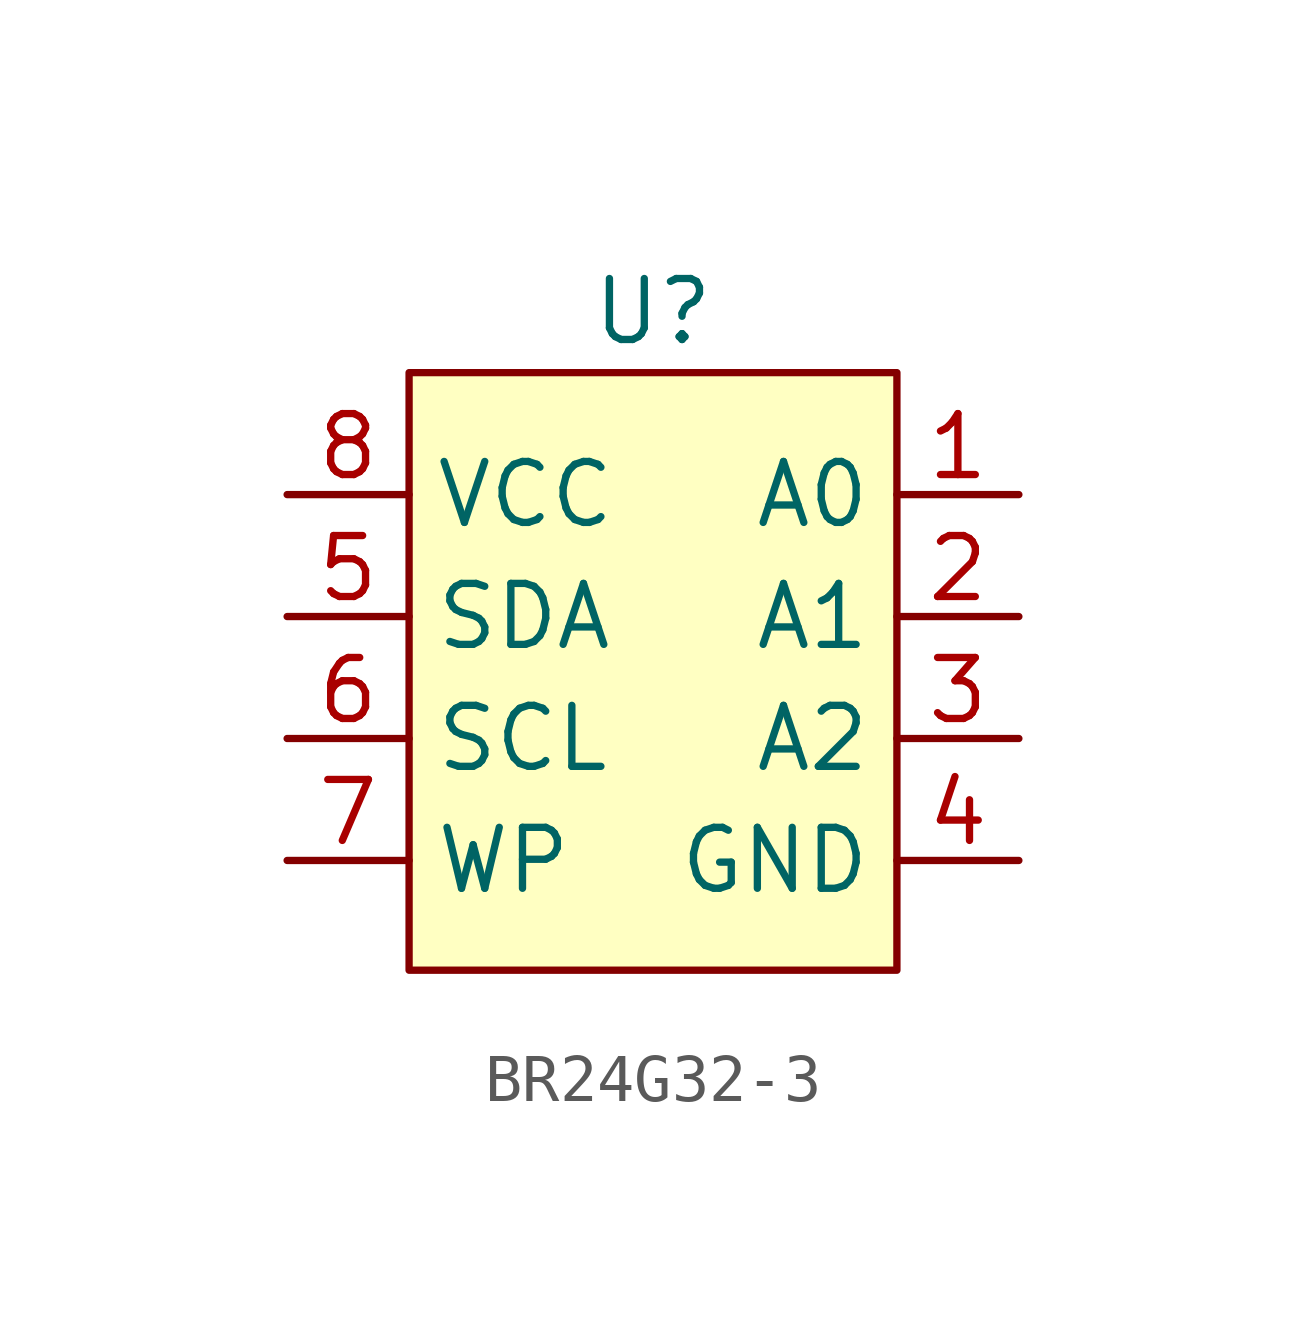
<source format=kicad_sym>
(kicad_symbol_lib
  (version 20241209)
  (generator "kicad_symbol_editor")
  (generator_version "9.0")
  (symbol "BR24G32-3"
    (property "Reference" "U"
      (at 0 7.62 0)
      (effects (font (size 1.27 1.27))))
    (property "Value" ""
      (at 0 1.27 0)
      (effects (font (size 1.27 1.27))))
    (symbol "BR24G32-3_1_1"
      (rectangle (start -5.08 6.35) (end 5.08 -6.096) (stroke (width 0) (type solid)) (fill (type background)))
      (pin power_in line (at -7.62 3.81 0) (length 2.54) (name "VCC" (effects (font (size 1.27 1.27)))) (number "8" (effects (font (size 1.27 1.27)))))
      (pin bidirectional line (at -7.62 1.27 0) (length 2.54) (name "SDA" (effects (font (size 1.27 1.27)))) (number "5" (effects (font (size 1.27 1.27)))))
      (pin input line (at -7.62 -1.27 0) (length 2.54) (name "SCL" (effects (font (size 1.27 1.27)))) (number "6" (effects (font (size 1.27 1.27)))))
      (pin input line (at -7.62 -3.81 0) (length 2.54) (name "WP" (effects (font (size 1.27 1.27)))) (number "7" (effects (font (size 1.27 1.27)))))
      (pin input line (at 7.62 3.81 180) (length 2.54) (name "A0" (effects (font (size 1.27 1.27)))) (number "1" (effects (font (size 1.27 1.27)))))
      (pin input line (at 7.62 1.27 180) (length 2.54) (name "A1" (effects (font (size 1.27 1.27)))) (number "2" (effects (font (size 1.27 1.27)))))
      (pin input line (at 7.62 -1.27 180) (length 2.54) (name "A2" (effects (font (size 1.27 1.27)))) (number "3" (effects (font (size 1.27 1.27)))))
      (pin power_in line (at 7.62 -3.81 180) (length 2.54) (name "GND" (effects (font (size 1.27 1.27)))) (number "4" (effects (font (size 1.27 1.27))))))))
</source>
